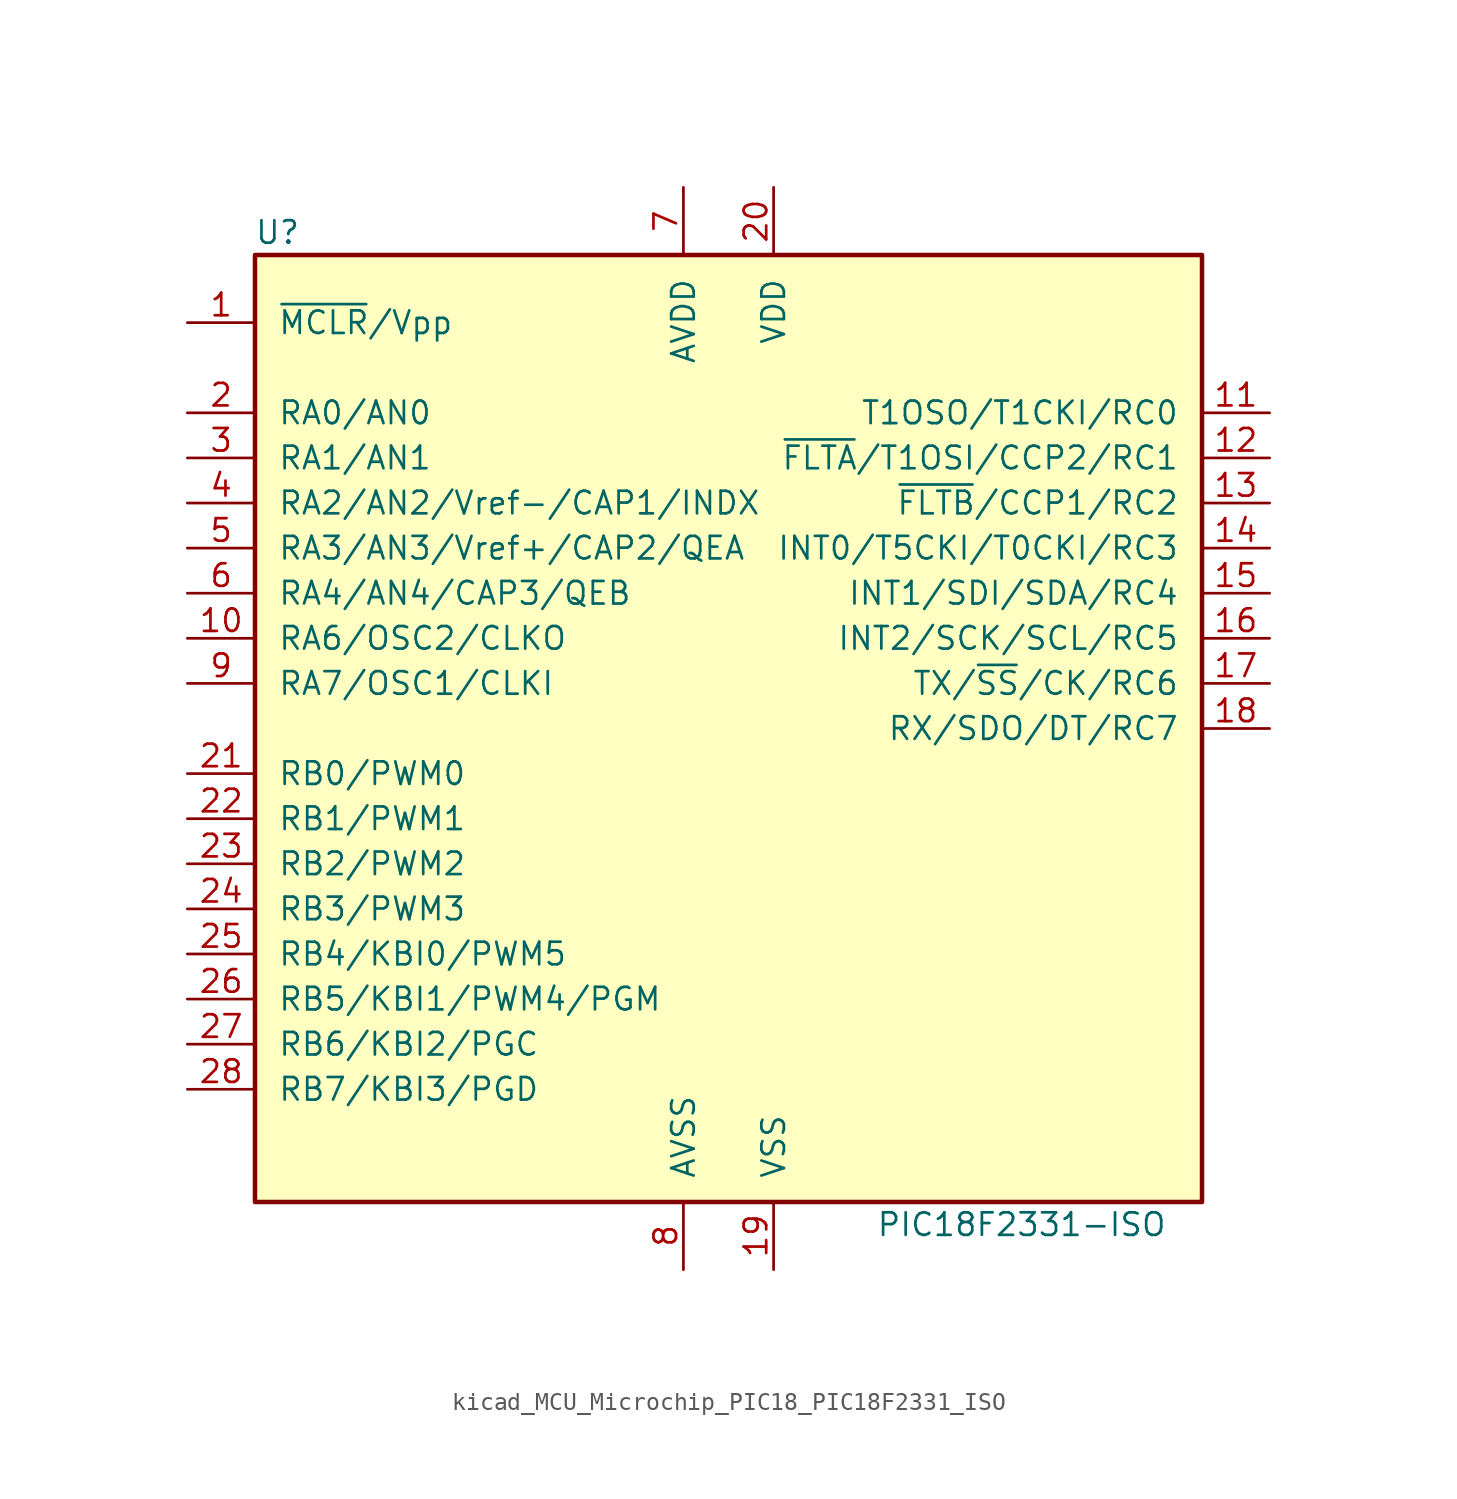
<source format=kicad_sym>
(kicad_symbol_lib
  (version 20220914)
  (generator kicad_symbol_editor)
  (symbol "kicad_MCU_Microchip_PIC18_PIC18F2331_ISO"
    (pin_names
      (offset 1.27))
    (property "Reference" "U"
      (at -25.4 27.94 0)
      (effects (font (size 1.27 1.27))))
    (property "Value" "PIC18F2331-ISO"
      (at 16.51 -27.94 0)
      (effects (font (size 1.27 1.27))))
    (symbol "kicad_MCU_Microchip_PIC18_PIC18F2331_ISO_0_1"
      (rectangle (start -26.67 26.67) (end 26.67 -26.67) (stroke (width 0.254) (type default)) (fill (type background))))
    (symbol "kicad_MCU_Microchip_PIC18_PIC18F2331_ISO_1_1"
      (pin input line (at -30.48 22.86 0) (length 3.81) (name "~{MCLR}/Vpp" (effects (font (size 1.27 1.27)))) (number "1" (effects (font (size 1.27 1.27)))))
      (pin bidirectional line (at -30.48 5.08 0) (length 3.81) (name "RA6/OSC2/CLKO" (effects (font (size 1.27 1.27)))) (number "10" (effects (font (size 1.27 1.27)))))
      (pin bidirectional line (at 30.48 17.78 180) (length 3.81) (name "T1OSO/T1CKI/RC0" (effects (font (size 1.27 1.27)))) (number "11" (effects (font (size 1.27 1.27)))))
      (pin bidirectional line (at 30.48 15.24 180) (length 3.81) (name "~{FLTA}/T1OSI/CCP2/RC1" (effects (font (size 1.27 1.27)))) (number "12" (effects (font (size 1.27 1.27)))))
      (pin bidirectional line (at 30.48 12.7 180) (length 3.81) (name "~{FLTB}/CCP1/RC2" (effects (font (size 1.27 1.27)))) (number "13" (effects (font (size 1.27 1.27)))))
      (pin bidirectional line (at 30.48 10.16 180) (length 3.81) (name "INT0/T5CKI/T0CKI/RC3" (effects (font (size 1.27 1.27)))) (number "14" (effects (font (size 1.27 1.27)))))
      (pin bidirectional line (at 30.48 7.62 180) (length 3.81) (name "INT1/SDI/SDA/RC4" (effects (font (size 1.27 1.27)))) (number "15" (effects (font (size 1.27 1.27)))))
      (pin bidirectional line (at 30.48 5.08 180) (length 3.81) (name "INT2/SCK/SCL/RC5" (effects (font (size 1.27 1.27)))) (number "16" (effects (font (size 1.27 1.27)))))
      (pin bidirectional line (at 30.48 2.54 180) (length 3.81) (name "TX/~{SS}/CK/RC6" (effects (font (size 1.27 1.27)))) (number "17" (effects (font (size 1.27 1.27)))))
      (pin bidirectional line (at 30.48 0 180) (length 3.81) (name "RX/SDO/DT/RC7" (effects (font (size 1.27 1.27)))) (number "18" (effects (font (size 1.27 1.27)))))
      (pin power_in line (at 2.54 -30.48 90) (length 3.81) (name "VSS" (effects (font (size 1.27 1.27)))) (number "19" (effects (font (size 1.27 1.27)))))
      (pin bidirectional line (at -30.48 17.78 0) (length 3.81) (name "RA0/AN0" (effects (font (size 1.27 1.27)))) (number "2" (effects (font (size 1.27 1.27)))))
      (pin power_in line (at 2.54 30.48 270) (length 3.81) (name "VDD" (effects (font (size 1.27 1.27)))) (number "20" (effects (font (size 1.27 1.27)))))
      (pin bidirectional line (at -30.48 -2.54 0) (length 3.81) (name "RB0/PWM0" (effects (font (size 1.27 1.27)))) (number "21" (effects (font (size 1.27 1.27)))))
      (pin bidirectional line (at -30.48 -5.08 0) (length 3.81) (name "RB1/PWM1" (effects (font (size 1.27 1.27)))) (number "22" (effects (font (size 1.27 1.27)))))
      (pin bidirectional line (at -30.48 -7.62 0) (length 3.81) (name "RB2/PWM2" (effects (font (size 1.27 1.27)))) (number "23" (effects (font (size 1.27 1.27)))))
      (pin bidirectional line (at -30.48 -10.16 0) (length 3.81) (name "RB3/PWM3" (effects (font (size 1.27 1.27)))) (number "24" (effects (font (size 1.27 1.27)))))
      (pin bidirectional line (at -30.48 -12.7 0) (length 3.81) (name "RB4/KBI0/PWM5" (effects (font (size 1.27 1.27)))) (number "25" (effects (font (size 1.27 1.27)))))
      (pin bidirectional line (at -30.48 -15.24 0) (length 3.81) (name "RB5/KBI1/PWM4/PGM" (effects (font (size 1.27 1.27)))) (number "26" (effects (font (size 1.27 1.27)))))
      (pin bidirectional line (at -30.48 -17.78 0) (length 3.81) (name "RB6/KBI2/PGC" (effects (font (size 1.27 1.27)))) (number "27" (effects (font (size 1.27 1.27)))))
      (pin bidirectional line (at -30.48 -20.32 0) (length 3.81) (name "RB7/KBI3/PGD" (effects (font (size 1.27 1.27)))) (number "28" (effects (font (size 1.27 1.27)))))
      (pin bidirectional line (at -30.48 15.24 0) (length 3.81) (name "RA1/AN1" (effects (font (size 1.27 1.27)))) (number "3" (effects (font (size 1.27 1.27)))))
      (pin bidirectional line (at -30.48 12.7 0) (length 3.81) (name "RA2/AN2/Vref-/CAP1/INDX" (effects (font (size 1.27 1.27)))) (number "4" (effects (font (size 1.27 1.27)))))
      (pin bidirectional line (at -30.48 10.16 0) (length 3.81) (name "RA3/AN3/Vref+/CAP2/QEA" (effects (font (size 1.27 1.27)))) (number "5" (effects (font (size 1.27 1.27)))))
      (pin bidirectional line (at -30.48 7.62 0) (length 3.81) (name "RA4/AN4/CAP3/QEB" (effects (font (size 1.27 1.27)))) (number "6" (effects (font (size 1.27 1.27)))))
      (pin power_in line (at -2.54 30.48 270) (length 3.81) (name "AVDD" (effects (font (size 1.27 1.27)))) (number "7" (effects (font (size 1.27 1.27)))))
      (pin power_in line (at -2.54 -30.48 90) (length 3.81) (name "AVSS" (effects (font (size 1.27 1.27)))) (number "8" (effects (font (size 1.27 1.27)))))
      (pin bidirectional line (at -30.48 2.54 0) (length 3.81) (name "RA7/OSC1/CLKI" (effects (font (size 1.27 1.27)))) (number "9" (effects (font (size 1.27 1.27))))))))
</source>
